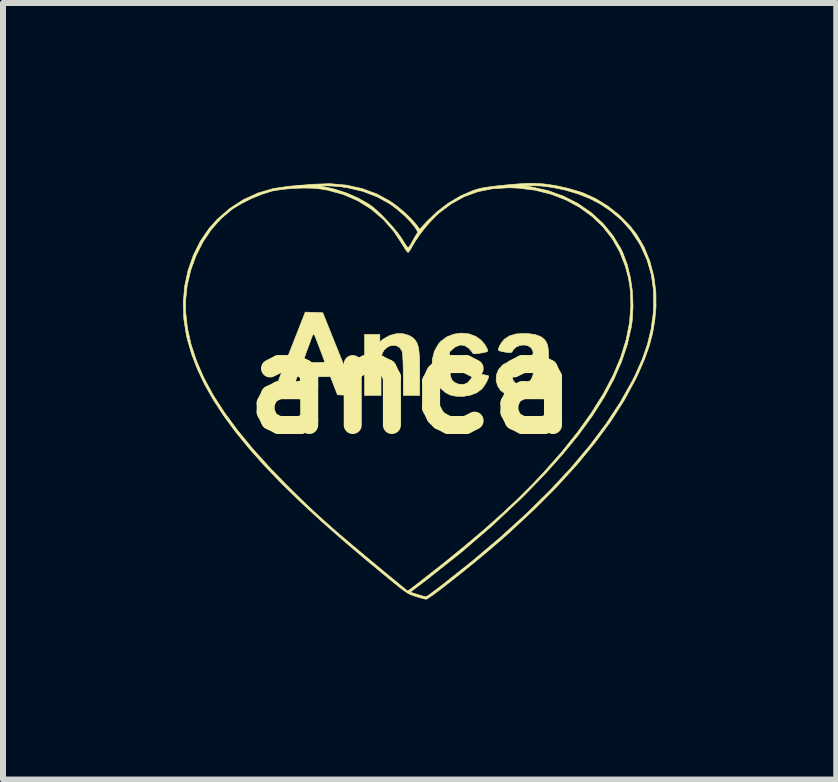
<source format=kicad_pcb>
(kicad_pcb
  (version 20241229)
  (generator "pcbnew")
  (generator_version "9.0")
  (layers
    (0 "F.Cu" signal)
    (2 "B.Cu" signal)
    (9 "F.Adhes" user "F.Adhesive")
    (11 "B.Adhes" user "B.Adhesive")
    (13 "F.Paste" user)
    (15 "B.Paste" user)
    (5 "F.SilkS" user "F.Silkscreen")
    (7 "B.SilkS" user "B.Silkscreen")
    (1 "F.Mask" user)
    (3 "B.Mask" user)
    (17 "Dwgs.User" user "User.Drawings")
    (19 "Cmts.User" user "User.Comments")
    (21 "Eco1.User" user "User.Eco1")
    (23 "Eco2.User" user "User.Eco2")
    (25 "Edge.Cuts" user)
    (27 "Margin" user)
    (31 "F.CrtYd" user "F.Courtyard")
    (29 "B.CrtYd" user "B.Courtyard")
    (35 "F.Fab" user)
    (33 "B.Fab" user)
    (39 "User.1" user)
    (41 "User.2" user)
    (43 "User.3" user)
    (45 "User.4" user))
  (footprint "anca"
    (layer "F.Cu")
    (at 3.81 3.346)
    (property "Reference" "anca" (at 0 0 0) (layer "F.SilkS") (effects (font (size 1.524 1.524) (thickness 0.3))))
    (attr through_hole)
    (fp_poly (pts (xy -0.141 -0.833) (xy -0.04 -0.804) (xy 0.028 -0.761) (xy 0.062 -0.725) (xy 0.089 -0.683) (xy 0.109 -0.629) (xy 0.122 -0.558) (xy 0.131 -0.465) (xy 0.135 -0.344) (xy 0.137 -0.19) (xy 0.137 -0.167) (xy 0.137 0.195) (xy -0.137 0.195) (xy -0.137 -0.144) (xy -0.138 -0.259) (xy -0.141 -0.365) (xy -0.146 -0.453) (xy -0.152 -0.516) (xy -0.157 -0.541) (xy -0.196 -0.602) (xy -0.253 -0.635) (xy -0.321 -0.64) (xy -0.389 -0.618) (xy -0.45 -0.568) (xy -0.463 -0.549) (xy -0.48 -0.523) (xy -0.491 -0.495) (xy -0.499 -0.46) (xy -0.504 -0.411) (xy -0.507 -0.34) (xy -0.508 -0.242) (xy -0.508 -0.144) (xy -0.508 0.195) (xy -0.782 0.195) (xy -0.782 -0.821) (xy -0.528 -0.821) (xy -0.528 -0.699) (xy -0.461 -0.749) (xy -0.361 -0.805) (xy -0.251 -0.833) (xy -0.141 -0.833)) (stroke (width 0.01) (type solid)) (fill yes) (layer "F.SilkS"))
    (fp_poly (pts (xy -1.479 -1.182) (xy -1.209 -0.509) (xy -1.147 -0.357) (xy -1.091 -0.215) (xy -1.041 -0.089) (xy -0.999 0.018) (xy -0.967 0.101) (xy -0.946 0.156) (xy -0.938 0.18) (xy -0.938 0.18) (xy -0.956 0.187) (xy -1.003 0.192) (xy -1.071 0.192) (xy -1.086 0.191) (xy -1.234 0.186) (xy -1.293 0.034) (xy -1.351 -0.117) (xy -1.906 -0.117) (xy -2.017 0.195) (xy -2.161 0.195) (xy -2.231 0.194) (xy -2.282 0.189) (xy -2.305 0.183) (xy -2.306 0.182) (xy -2.299 0.162) (xy -2.279 0.109) (xy -2.248 0.028) (xy -2.208 -0.077) (xy -2.159 -0.203) (xy -2.104 -0.344) (xy -2.101 -0.352) (xy -1.816 -0.352) (xy -1.631 -0.352) (xy -1.551 -0.352) (xy -1.489 -0.354) (xy -1.452 -0.357) (xy -1.446 -0.359) (xy -1.452 -0.38) (xy -1.47 -0.429) (xy -1.495 -0.497) (xy -1.525 -0.576) (xy -1.555 -0.655) (xy -1.583 -0.728) (xy -1.606 -0.784) (xy -1.619 -0.816) (xy -1.621 -0.818) (xy -1.635 -0.828) (xy -1.651 -0.802) (xy -1.656 -0.789) (xy -1.672 -0.747) (xy -1.696 -0.679) (xy -1.727 -0.596) (xy -1.747 -0.542) (xy -1.816 -0.352) (xy -2.101 -0.352) (xy -2.044 -0.497) (xy -2.038 -0.512) (xy -1.771 -1.193) (xy -1.479 -1.182)) (stroke (width 0.01) (type solid)) (fill yes) (layer "F.SilkS"))
    (fp_poly (pts (xy 0.955 -0.831) (xy 1.071 -0.788) (xy 1.152 -0.731) (xy 1.199 -0.682) (xy 1.237 -0.627) (xy 1.263 -0.578) (xy 1.269 -0.543) (xy 1.266 -0.536) (xy 1.242 -0.528) (xy 1.193 -0.517) (xy 1.141 -0.508) (xy 1.072 -0.499) (xy 1.033 -0.5) (xy 1.018 -0.512) (xy 1.018 -0.513) (xy 0.999 -0.542) (xy 0.964 -0.582) (xy 0.956 -0.591) (xy 0.887 -0.636) (xy 0.812 -0.645) (xy 0.735 -0.615) (xy 0.699 -0.588) (xy 0.635 -0.531) (xy 0.635 -0.325) (xy 0.639 -0.207) (xy 0.651 -0.12) (xy 0.676 -0.061) (xy 0.716 -0.021) (xy 0.773 0.004) (xy 0.79 0.009) (xy 0.873 0.013) (xy 0.942 -0.019) (xy 0.996 -0.087) (xy 1 -0.095) (xy 1.023 -0.139) (xy 1.038 -0.165) (xy 1.04 -0.167) (xy 1.062 -0.168) (xy 1.108 -0.164) (xy 1.167 -0.155) (xy 1.225 -0.145) (xy 1.268 -0.136) (xy 1.284 -0.13) (xy 1.284 -0.105) (xy 1.266 -0.059) (xy 1.237 -0.003) (xy 1.201 0.052) (xy 1.167 0.093) (xy 1.086 0.152) (xy 0.981 0.192) (xy 0.862 0.212) (xy 0.74 0.209) (xy 0.645 0.189) (xy 0.568 0.149) (xy 0.49 0.082) (xy 0.424 0.000116) (xy 0.378 -0.086) (xy 0.371 -0.108) (xy 0.343 -0.261) (xy 0.348 -0.408) (xy 0.383 -0.543) (xy 0.448 -0.659) (xy 0.488 -0.705) (xy 0.589 -0.78) (xy 0.706 -0.826) (xy 0.831 -0.843) (xy 0.955 -0.831)) (stroke (width 0.01) (type solid)) (fill yes) (layer "F.SilkS"))
    (fp_poly (pts (xy 1.947 -0.834) (xy 2.068 -0.817) (xy 2.156 -0.784) (xy 2.22 -0.733) (xy 2.252 -0.683) (xy 2.265 -0.65) (xy 2.275 -0.607) (xy 2.281 -0.549) (xy 2.285 -0.467) (xy 2.286 -0.356) (xy 2.286 -0.312) (xy 2.288 -0.163) (xy 2.294 -0.04) (xy 2.305 0.054) (xy 2.312 0.093) (xy 2.339 0.195) (xy 2.214 0.195) (xy 2.146 0.194) (xy 2.106 0.188) (xy 2.084 0.173) (xy 2.071 0.147) (xy 2.046 0.106) (xy 2.019 0.101) (xy 2.001 0.119) (xy 1.967 0.148) (xy 1.907 0.177) (xy 1.835 0.2) (xy 1.763 0.213) (xy 1.739 0.214) (xy 1.654 0.204) (xy 1.57 0.175) (xy 1.567 0.173) (xy 1.487 0.114) (xy 1.435 0.036) (xy 1.411 -0.054) (xy 1.414 -0.107) (xy 1.68 -0.107) (xy 1.697 -0.046) (xy 1.741 -0.004) (xy 1.803 0.016) (xy 1.875 0.012) (xy 1.935 -0.013) (xy 1.996 -0.069) (xy 2.027 -0.149) (xy 2.032 -0.207) (xy 2.029 -0.253) (xy 2.015 -0.268) (xy 1.998 -0.266) (xy 1.959 -0.256) (xy 1.9 -0.242) (xy 1.866 -0.234) (xy 1.769 -0.206) (xy 1.709 -0.17) (xy 1.682 -0.125) (xy 1.68 -0.107) (xy 1.414 -0.107) (xy 1.416 -0.147) (xy 1.451 -0.234) (xy 1.515 -0.308) (xy 1.536 -0.323) (xy 1.581 -0.345) (xy 1.653 -0.37) (xy 1.74 -0.395) (xy 1.79 -0.407) (xy 1.892 -0.43) (xy 1.961 -0.449) (xy 2.003 -0.467) (xy 2.023 -0.486) (xy 2.028 -0.511) (xy 2.023 -0.545) (xy 2.023 -0.546) (xy 1.994 -0.6) (xy 1.941 -0.633) (xy 1.876 -0.645) (xy 1.806 -0.638) (xy 1.743 -0.611) (xy 1.695 -0.564) (xy 1.678 -0.532) (xy 1.66 -0.519) (xy 1.614 -0.519) (xy 1.568 -0.525) (xy 1.508 -0.536) (xy 1.465 -0.548) (xy 1.453 -0.553) (xy 1.45 -0.581) (xy 1.467 -0.627) (xy 1.499 -0.681) (xy 1.54 -0.732) (xy 1.548 -0.741) (xy 1.632 -0.796) (xy 1.746 -0.829) (xy 1.887 -0.837) (xy 1.947 -0.834)) (stroke (width 0.01) (type solid)) (fill yes) (layer "F.SilkS"))
    (fp_poly (pts (xy 2.197 -3.331) (xy 2.397 -3.303) (xy 2.603 -3.258) (xy 2.802 -3.2) (xy 2.863 -3.179) (xy 3.073 -3.084) (xy 3.278 -2.957) (xy 3.47 -2.805) (xy 3.64 -2.633) (xy 3.755 -2.486) (xy 3.879 -2.274) (xy 3.974 -2.039) (xy 4.04 -1.788) (xy 4.074 -1.527) (xy 4.076 -1.28) (xy 4.056 -1.058) (xy 4.02 -0.845) (xy 3.965 -0.634) (xy 3.887 -0.415) (xy 3.786 -0.181) (xy 3.732 -0.068) (xy 3.547 0.274) (xy 3.323 0.625) (xy 3.06 0.982) (xy 2.76 1.347) (xy 2.421 1.719) (xy 2.043 2.098) (xy 1.628 2.484) (xy 1.534 2.568) (xy 1.425 2.663) (xy 1.304 2.766) (xy 1.175 2.874) (xy 1.042 2.984) (xy 0.908 3.093) (xy 0.777 3.198) (xy 0.652 3.297) (xy 0.537 3.386) (xy 0.437 3.463) (xy 0.353 3.525) (xy 0.29 3.568) (xy 0.252 3.591) (xy 0.243 3.594) (xy 0.217 3.588) (xy 0.163 3.574) (xy 0.094 3.554) (xy 0.082 3.55) (xy 0.044 3.538) (xy 0.01 3.527) (xy -0.022 3.514) (xy -0.056 3.496) (xy -0.088 3.476) (xy -0.022 3.476) (xy 0.101 3.514) (xy 0.167 3.534) (xy 0.216 3.548) (xy 0.239 3.554) (xy 0.259 3.543) (xy 0.304 3.513) (xy 0.368 3.465) (xy 0.448 3.406) (xy 0.513 3.356) (xy 1.018 2.955) (xy 1.484 2.56) (xy 1.912 2.171) (xy 2.302 1.787) (xy 2.654 1.409) (xy 2.968 1.036) (xy 3.244 0.668) (xy 3.483 0.305) (xy 3.684 -0.053) (xy 3.731 -0.147) (xy 3.848 -0.41) (xy 3.935 -0.661) (xy 3.994 -0.908) (xy 4.029 -1.162) (xy 4.037 -1.29) (xy 4.034 -1.563) (xy 3.998 -1.817) (xy 3.929 -2.057) (xy 3.825 -2.288) (xy 3.795 -2.343) (xy 3.658 -2.549) (xy 3.499 -2.728) (xy 3.311 -2.886) (xy 3.146 -2.996) (xy 2.973 -3.086) (xy 2.775 -3.164) (xy 2.564 -3.227) (xy 2.351 -3.272) (xy 2.148 -3.297) (xy 2.033 -3.3) (xy 1.885 -3.297) (xy 1.993 -3.28) (xy 2.273 -3.219) (xy 2.536 -3.125) (xy 2.777 -3.002) (xy 2.996 -2.851) (xy 3.19 -2.674) (xy 3.356 -2.472) (xy 3.492 -2.247) (xy 3.524 -2.179) (xy 3.597 -1.984) (xy 3.65 -1.765) (xy 3.683 -1.532) (xy 3.693 -1.295) (xy 3.681 -1.064) (xy 3.664 -0.943) (xy 3.599 -0.658) (xy 3.502 -0.368) (xy 3.373 -0.074) (xy 3.212 0.226) (xy 3.017 0.533) (xy 2.787 0.849) (xy 2.523 1.173) (xy 2.224 1.507) (xy 1.888 1.853) (xy 1.824 1.916) (xy 1.336 2.375) (xy 0.821 2.818) (xy 0.274 3.251) (xy 0.237 3.28) (xy -0.022 3.476) (xy -0.088 3.476) (xy -0.095 3.471) (xy -0.143 3.437) (xy -0.204 3.391) (xy -0.279 3.33) (xy -0.374 3.253) (xy -0.49 3.157) (xy -0.632 3.039) (xy -0.694 2.989) (xy -1.111 2.636) (xy -1.495 2.299) (xy -1.845 1.976) (xy -2.163 1.666) (xy -2.45 1.368) (xy -2.706 1.081) (xy -2.933 0.803) (xy -3.132 0.532) (xy -3.304 0.269) (xy -3.449 0.012) (xy -3.569 -0.242) (xy -3.665 -0.492) (xy -3.737 -0.74) (xy -3.753 -0.807) (xy -3.796 -1.081) (xy -3.805 -1.356) (xy -3.802 -1.385) (xy -3.766 -1.385) (xy -3.765 -1.195) (xy -3.735 -0.925) (xy -3.675 -0.654) (xy -3.584 -0.379) (xy -3.463 -0.1) (xy -3.309 0.185) (xy -3.122 0.477) (xy -2.901 0.777) (xy -2.646 1.087) (xy -2.356 1.408) (xy -2.082 1.69) (xy -1.965 1.806) (xy -1.857 1.912) (xy -1.753 2.012) (xy -1.651 2.109) (xy -1.548 2.204) (xy -1.44 2.301) (xy -1.325 2.403) (xy -1.199 2.513) (xy -1.059 2.632) (xy -0.902 2.764) (xy -0.725 2.912) (xy -0.525 3.078) (xy -0.298 3.266) (xy -0.234 3.318) (xy -0.167 3.374) (xy -0.112 3.418) (xy -0.075 3.448) (xy -0.063 3.457) (xy -0.047 3.446) (xy -0.005 3.416) (xy 0.056 3.369) (xy 0.131 3.312) (xy 0.161 3.288) (xy 0.544 2.987) (xy 0.894 2.702) (xy 1.214 2.431) (xy 1.506 2.171) (xy 1.773 1.921) (xy 2.016 1.678) (xy 2.193 1.492) (xy 2.5 1.144) (xy 2.77 0.807) (xy 3.003 0.481) (xy 3.2 0.165) (xy 3.362 -0.142) (xy 3.488 -0.441) (xy 3.578 -0.731) (xy 3.634 -1.014) (xy 3.656 -1.291) (xy 3.656 -1.322) (xy 3.652 -1.49) (xy 3.639 -1.636) (xy 3.613 -1.776) (xy 3.573 -1.927) (xy 3.564 -1.959) (xy 3.471 -2.198) (xy 3.346 -2.417) (xy 3.191 -2.615) (xy 3.009 -2.789) (xy 2.802 -2.94) (xy 2.573 -3.064) (xy 2.325 -3.159) (xy 2.059 -3.226) (xy 1.778 -3.26) (xy 1.621 -3.266) (xy 1.355 -3.25) (xy 1.108 -3.201) (xy 0.879 -3.118) (xy 0.663 -2.999) (xy 0.459 -2.845) (xy 0.412 -2.802) (xy 0.322 -2.711) (xy 0.227 -2.601) (xy 0.136 -2.484) (xy 0.059 -2.37) (xy 0.008 -2.282) (xy -0.022 -2.23) (xy -0.047 -2.196) (xy -0.058 -2.188) (xy -0.076 -2.204) (xy -0.106 -2.246) (xy -0.142 -2.305) (xy -0.145 -2.31) (xy -0.295 -2.539) (xy -0.47 -2.739) (xy -0.67 -2.909) (xy -0.892 -3.048) (xy -1.134 -3.154) (xy -1.394 -3.225) (xy -1.503 -3.244) (xy -1.645 -3.258) (xy -1.807 -3.261) (xy -1.978 -3.255) (xy -2.143 -3.24) (xy -2.289 -3.218) (xy -2.345 -3.205) (xy -2.502 -3.155) (xy -2.67 -3.086) (xy -2.833 -3.004) (xy -2.975 -2.918) (xy -2.995 -2.904) (xy -3.176 -2.751) (xy -3.338 -2.569) (xy -3.477 -2.361) (xy -3.592 -2.134) (xy -3.68 -1.893) (xy -3.739 -1.641) (xy -3.766 -1.385) (xy -3.802 -1.385) (xy -3.781 -1.627) (xy -3.724 -1.89) (xy -3.637 -2.14) (xy -3.521 -2.374) (xy -3.375 -2.587) (xy -3.239 -2.739) (xy -3.03 -2.92) (xy -2.803 -3.067) (xy -2.56 -3.178) (xy -2.302 -3.253) (xy -2.042 -3.291) (xy -1.97 -3.297) (xy -1.508 -3.297) (xy -1.504 -3.292) (xy -1.485 -3.289) (xy -1.286 -3.244) (xy -1.085 -3.179) (xy -0.895 -3.097) (xy -0.728 -3.003) (xy -0.664 -2.96) (xy -0.586 -2.895) (xy -0.495 -2.809) (xy -0.399 -2.709) (xy -0.306 -2.605) (xy -0.225 -2.506) (xy -0.163 -2.42) (xy -0.149 -2.396) (xy -0.111 -2.335) (xy -0.079 -2.289) (xy -0.059 -2.267) (xy -0.056 -2.266) (xy -0.039 -2.282) (xy -0.012 -2.323) (xy 0.008 -2.359) (xy 0.041 -2.42) (xy 0.072 -2.472) (xy 0.084 -2.491) (xy 0.099 -2.516) (xy 0.097 -2.542) (xy 0.076 -2.58) (xy 0.052 -2.615) (xy -0.019 -2.701) (xy -0.112 -2.796) (xy -0.217 -2.889) (xy -0.322 -2.971) (xy -0.358 -2.996) (xy -0.572 -3.115) (xy -0.811 -3.206) (xy -1.07 -3.267) (xy -1.172 -3.282) (xy -1.238 -3.288) (xy -1.308 -3.294) (xy -1.377 -3.297) (xy -1.438 -3.299) (xy -1.484 -3.299) (xy -1.508 -3.297) (xy -1.97 -3.297) (xy -1.956 -3.298) (xy -1.847 -3.307) (xy -1.73 -3.317) (xy -1.65 -3.324) (xy -1.362 -3.334) (xy -1.086 -3.31) (xy -0.825 -3.253) (xy -0.582 -3.164) (xy -0.36 -3.044) (xy -0.23 -2.951) (xy -0.107 -2.847) (xy 0.001 -2.742) (xy 0.085 -2.644) (xy 0.103 -2.62) (xy 0.136 -2.572) (xy 0.255 -2.702) (xy 0.424 -2.864) (xy 0.613 -3.008) (xy 0.815 -3.128) (xy 1.021 -3.218) (xy 1.128 -3.251) (xy 1.195 -3.265) (xy 1.292 -3.28) (xy 1.41 -3.295) (xy 1.542 -3.309) (xy 1.678 -3.322) (xy 1.809 -3.332) (xy 1.926 -3.339) (xy 2.017 -3.341) (xy 2.197 -3.331)) (stroke (width 0.01) (type solid)) (fill yes) (layer "F.SilkS")))
  (gr_rect
    (start -3 -3)
    (end 10.891 9.945)
    (stroke (width 0.1) (type default))
    (fill no)
    (layer "Edge.Cuts")))
</source>
